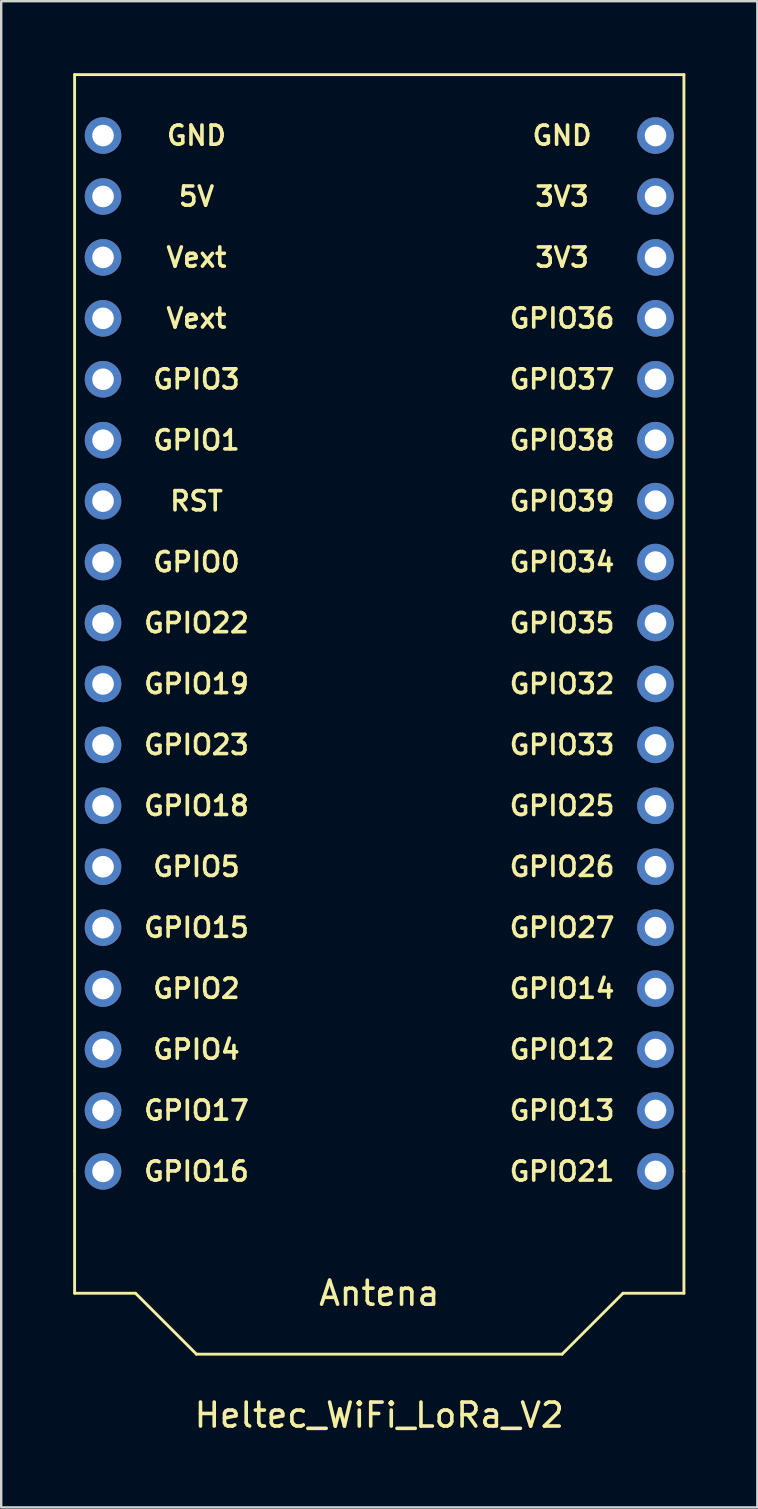
<source format=kicad_pcb>
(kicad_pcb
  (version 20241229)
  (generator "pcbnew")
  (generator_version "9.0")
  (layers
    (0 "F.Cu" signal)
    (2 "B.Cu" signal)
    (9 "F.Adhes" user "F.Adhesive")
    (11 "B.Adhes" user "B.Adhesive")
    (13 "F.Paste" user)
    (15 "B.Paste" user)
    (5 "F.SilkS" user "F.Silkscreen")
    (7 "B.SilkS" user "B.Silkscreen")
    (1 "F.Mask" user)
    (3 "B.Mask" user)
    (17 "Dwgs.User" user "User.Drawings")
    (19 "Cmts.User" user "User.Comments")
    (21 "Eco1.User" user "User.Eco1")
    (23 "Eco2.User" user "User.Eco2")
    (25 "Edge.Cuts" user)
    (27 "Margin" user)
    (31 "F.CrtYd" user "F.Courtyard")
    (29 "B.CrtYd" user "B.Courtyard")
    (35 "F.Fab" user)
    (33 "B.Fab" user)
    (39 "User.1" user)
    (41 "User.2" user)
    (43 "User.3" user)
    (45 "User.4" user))
  (footprint "Heltec_WiFi_LoRa_V2"
    (layer "F.Cu")
    (at 12.76 28)
    (property "Reference" "Heltec_WiFi_LoRa_V2" (at 0 27.94 0) (layer "F.SilkS") (effects (font (size 1 1) (thickness 0.15))))
    (attr through_hole)
    (fp_line (start -12.7 -27.94) (end -12.7 17.78) (stroke (width 0.12) (type solid)) (layer "F.SilkS"))
    (fp_line (start -12.7 -27.94) (end 12.7 -27.94) (stroke (width 0.12) (type solid)) (layer "F.SilkS"))
    (fp_line (start -12.7 17.78) (end -12.7 22.86) (stroke (width 0.12) (type solid)) (layer "F.SilkS"))
    (fp_line (start -12.7 22.86) (end -10.16 22.86) (stroke (width 0.12) (type solid)) (layer "F.SilkS"))
    (fp_line (start -10.16 22.86) (end -7.62 25.4) (stroke (width 0.12) (type solid)) (layer "F.SilkS"))
    (fp_line (start -7.62 25.4) (end 7.62 25.4) (stroke (width 0.12) (type solid)) (layer "F.SilkS"))
    (fp_line (start 7.62 25.4) (end 10.16 22.86) (stroke (width 0.12) (type solid)) (layer "F.SilkS"))
    (fp_line (start 10.16 22.86) (end 12.7 22.86) (stroke (width 0.12) (type solid)) (layer "F.SilkS"))
    (fp_line (start 12.7 17.78) (end 12.7 -27.94) (stroke (width 0.12) (type solid)) (layer "F.SilkS"))
    (fp_line (start 12.7 22.86) (end 12.7 17.78) (stroke (width 0.12) (type solid)) (layer "F.SilkS"))
    (fp_text user "Vext" (at -7.62 -20.32 0) (layer "F.SilkS") (effects (font (size 0.8 0.8) (thickness 0.15))))
    (fp_text user "GPIO12" (at 7.62 12.7 0) (layer "F.SilkS") (effects (font (size 0.8 0.8) (thickness 0.15))))
    (fp_text user "GND" (at 7.62 -25.4 0) (layer "F.SilkS") (effects (font (size 0.8 0.8) (thickness 0.15))))
    (fp_text user "GPIO26" (at 7.62 5.08 0) (layer "F.SilkS") (effects (font (size 0.8 0.8) (thickness 0.15))))
    (fp_text user "Antena" (at 0 22.86 0) (layer "F.SilkS") (effects (font (size 1 1) (thickness 0.15))))
    (fp_text user "3V3" (at 7.62 -20.32 0) (layer "F.SilkS") (effects (font (size 0.8 0.8) (thickness 0.15))))
    (fp_text user "GPIO32" (at 7.62 -2.54 0) (layer "F.SilkS") (effects (font (size 0.8 0.8) (thickness 0.15))))
    (fp_text user "GPIO16" (at -7.62 17.78 0) (layer "F.SilkS") (effects (font (size 0.8 0.8) (thickness 0.15))))
    (fp_text user "GPIO22" (at -7.62 -5.08 0) (layer "F.SilkS") (effects (font (size 0.8 0.8) (thickness 0.15))))
    (fp_text user "GPIO23" (at -7.62 0 0) (layer "F.SilkS") (effects (font (size 0.8 0.8) (thickness 0.15))))
    (fp_text user "GPIO15" (at -7.62 7.62 0) (layer "F.SilkS") (effects (font (size 0.8 0.8) (thickness 0.15))))
    (fp_text user "GPIO39" (at 7.62 -10.16 0) (layer "F.SilkS") (effects (font (size 0.8 0.8) (thickness 0.15))))
    (fp_text user "GPIO17" (at -7.62 15.24 0) (layer "F.SilkS") (effects (font (size 0.8 0.8) (thickness 0.15))))
    (fp_text user "GPIO34" (at 7.62 -7.62 0) (layer "F.SilkS") (effects (font (size 0.8 0.8) (thickness 0.15))))
    (fp_text user "GPIO13" (at 7.62 15.24 0) (layer "F.SilkS") (effects (font (size 0.8 0.8) (thickness 0.15))))
    (fp_text user "GPIO3" (at -7.62 -15.24 0) (layer "F.SilkS") (effects (font (size 0.8 0.8) (thickness 0.15))))
    (fp_text user "GPIO36" (at 7.62 -17.78 0) (layer "F.SilkS") (effects (font (size 0.8 0.8) (thickness 0.15))))
    (fp_text user "GPIO0" (at -7.62 -7.62 0) (layer "F.SilkS") (effects (font (size 0.8 0.8) (thickness 0.15))))
    (fp_text user "GPIO38" (at 7.62 -12.7 0) (layer "F.SilkS") (effects (font (size 0.8 0.8) (thickness 0.15))))
    (fp_text user "3V3" (at 7.62 -22.86 0) (layer "F.SilkS") (effects (font (size 0.8 0.8) (thickness 0.15))))
    (fp_text user "GPIO27" (at 7.62 7.62 0) (layer "F.SilkS") (effects (font (size 0.8 0.8) (thickness 0.15))))
    (fp_text user "GPIO25" (at 7.62 2.54 0) (layer "F.SilkS") (effects (font (size 0.8 0.8) (thickness 0.15))))
    (fp_text user "5V" (at -7.62 -22.86 0) (layer "F.SilkS") (effects (font (size 0.8 0.8) (thickness 0.15))))
    (fp_text user "GPIO37" (at 7.62 -15.24 0) (layer "F.SilkS") (effects (font (size 0.8 0.8) (thickness 0.15))))
    (fp_text user "GPIO14" (at 7.62 10.16 0) (layer "F.SilkS") (effects (font (size 0.8 0.8) (thickness 0.15))))
    (fp_text user "GPIO4" (at -7.62 12.7 0) (layer "F.SilkS") (effects (font (size 0.8 0.8) (thickness 0.15))))
    (fp_text user "RST" (at -7.62 -10.16 0) (layer "F.SilkS") (effects (font (size 0.8 0.8) (thickness 0.15))))
    (fp_text user "GPIO18" (at -7.62 2.54 0) (layer "F.SilkS") (effects (font (size 0.8 0.8) (thickness 0.15))))
    (fp_text user "GPIO19" (at -7.62 -2.54 0) (layer "F.SilkS") (effects (font (size 0.8 0.8) (thickness 0.15))))
    (fp_text user "Vext" (at -7.62 -17.78 0) (layer "F.SilkS") (effects (font (size 0.8 0.8) (thickness 0.15))))
    (fp_text user "GND" (at -7.62 -25.4 0) (layer "F.SilkS") (effects (font (size 0.8 0.8) (thickness 0.15))))
    (fp_text user "GPIO2" (at -7.62 10.16 0) (layer "F.SilkS") (effects (font (size 0.8 0.8) (thickness 0.15))))
    (fp_text user "GPIO35" (at 7.62 -5.08 0) (layer "F.SilkS") (effects (font (size 0.8 0.8) (thickness 0.15))))
    (fp_text user "GPIO21" (at 7.62 17.78 0) (layer "F.SilkS") (effects (font (size 0.8 0.8) (thickness 0.15))))
    (fp_text user "GPIO1" (at -7.62 -12.7 0) (layer "F.SilkS") (effects (font (size 0.8 0.8) (thickness 0.15))))
    (fp_text user "GPIO33" (at 7.62 0 0) (layer "F.SilkS") (effects (font (size 0.8 0.8) (thickness 0.15))))
    (fp_text user "GPIO5" (at -7.62 5.08 0) (layer "F.SilkS") (effects (font (size 0.8 0.8) (thickness 0.15))))
    (pad "1" thru_hole circle (at -11.515 -25.4) (size 1.524 1.524) (drill 0.9) (layers "*.Cu" "*.Mask"))
    (pad "2" thru_hole circle (at -11.515 -22.86) (size 1.524 1.524) (drill 0.9) (layers "*.Cu" "*.Mask"))
    (pad "3" thru_hole circle (at -11.515 -20.32) (size 1.524 1.524) (drill 0.9) (layers "*.Cu" "*.Mask"))
    (pad "4" thru_hole circle (at -11.515 -17.78) (size 1.524 1.524) (drill 0.9) (layers "*.Cu" "*.Mask"))
    (pad "5" thru_hole circle (at -11.515 -15.24) (size 1.524 1.524) (drill 0.9) (layers "*.Cu" "*.Mask"))
    (pad "6" thru_hole circle (at -11.515 -12.7) (size 1.524 1.524) (drill 0.9) (layers "*.Cu" "*.Mask"))
    (pad "7" thru_hole circle (at -11.515 -10.16) (size 1.524 1.524) (drill 0.9) (layers "*.Cu" "*.Mask"))
    (pad "8" thru_hole circle (at -11.515 -7.62) (size 1.524 1.524) (drill 0.9) (layers "*.Cu" "*.Mask"))
    (pad "9" thru_hole circle (at -11.515 -5.08) (size 1.524 1.524) (drill 0.9) (layers "*.Cu" "*.Mask"))
    (pad "10" thru_hole circle (at -11.515 -2.54) (size 1.524 1.524) (drill 0.9) (layers "*.Cu" "*.Mask"))
    (pad "11" thru_hole circle (at -11.515 0) (size 1.524 1.524) (drill 0.9) (layers "*.Cu" "*.Mask"))
    (pad "12" thru_hole circle (at -11.515 2.54) (size 1.524 1.524) (drill 0.9) (layers "*.Cu" "*.Mask"))
    (pad "13" thru_hole circle (at -11.515 5.08) (size 1.524 1.524) (drill 0.9) (layers "*.Cu" "*.Mask"))
    (pad "14" thru_hole circle (at -11.515 7.62) (size 1.524 1.524) (drill 0.9) (layers "*.Cu" "*.Mask"))
    (pad "15" thru_hole circle (at -11.515 10.16) (size 1.524 1.524) (drill 0.9) (layers "*.Cu" "*.Mask"))
    (pad "16" thru_hole circle (at -11.515 12.7) (size 1.524 1.524) (drill 0.9) (layers "*.Cu" "*.Mask"))
    (pad "17" thru_hole circle (at -11.515 15.24) (size 1.524 1.524) (drill 0.9) (layers "*.Cu" "*.Mask"))
    (pad "18" thru_hole circle (at -11.515 17.78) (size 1.524 1.524) (drill 0.9) (layers "*.Cu" "*.Mask"))
    (pad "19" thru_hole circle (at 11.515 17.78) (size 1.524 1.524) (drill 0.9) (layers "*.Cu" "*.Mask"))
    (pad "20" thru_hole circle (at 11.515 15.24) (size 1.524 1.524) (drill 0.9) (layers "*.Cu" "*.Mask"))
    (pad "21" thru_hole circle (at 11.515 12.7) (size 1.524 1.524) (drill 0.9) (layers "*.Cu" "*.Mask"))
    (pad "22" thru_hole circle (at 11.515 10.16) (size 1.524 1.524) (drill 0.9) (layers "*.Cu" "*.Mask"))
    (pad "23" thru_hole circle (at 11.515 7.62) (size 1.524 1.524) (drill 0.9) (layers "*.Cu" "*.Mask"))
    (pad "24" thru_hole circle (at 11.515 5.08) (size 1.524 1.524) (drill 0.9) (layers "*.Cu" "*.Mask"))
    (pad "25" thru_hole circle (at 11.515 2.54) (size 1.524 1.524) (drill 0.9) (layers "*.Cu" "*.Mask"))
    (pad "26" thru_hole circle (at 11.515 0) (size 1.524 1.524) (drill 0.9) (layers "*.Cu" "*.Mask"))
    (pad "27" thru_hole circle (at 11.515 -2.54) (size 1.524 1.524) (drill 0.9) (layers "*.Cu" "*.Mask"))
    (pad "28" thru_hole circle (at 11.515 -5.08) (size 1.524 1.524) (drill 0.9) (layers "*.Cu" "*.Mask"))
    (pad "29" thru_hole circle (at 11.515 -7.62) (size 1.524 1.524) (drill 0.9) (layers "*.Cu" "*.Mask"))
    (pad "30" thru_hole circle (at 11.515 -10.16) (size 1.524 1.524) (drill 0.9) (layers "*.Cu" "*.Mask"))
    (pad "31" thru_hole circle (at 11.515 -12.7) (size 1.524 1.524) (drill 0.9) (layers "*.Cu" "*.Mask"))
    (pad "32" thru_hole circle (at 11.515 -15.24) (size 1.524 1.524) (drill 0.9) (layers "*.Cu" "*.Mask"))
    (pad "33" thru_hole circle (at 11.515 -17.78) (size 1.524 1.524) (drill 0.9) (layers "*.Cu" "*.Mask"))
    (pad "34" thru_hole circle (at 11.515 -20.32) (size 1.524 1.524) (drill 0.9) (layers "*.Cu" "*.Mask"))
    (pad "35" thru_hole circle (at 11.515 -22.86) (size 1.524 1.524) (drill 0.9) (layers "*.Cu" "*.Mask"))
    (pad "36" thru_hole circle (at 11.515 -25.4) (size 1.524 1.524) (drill 0.9) (layers "*.Cu" "*.Mask")))
  (gr_rect
    (start -3 -3)
    (end 28.52 59.788)
    (stroke (width 0.1) (type default))
    (fill no)
    (layer "Edge.Cuts")))
</source>
